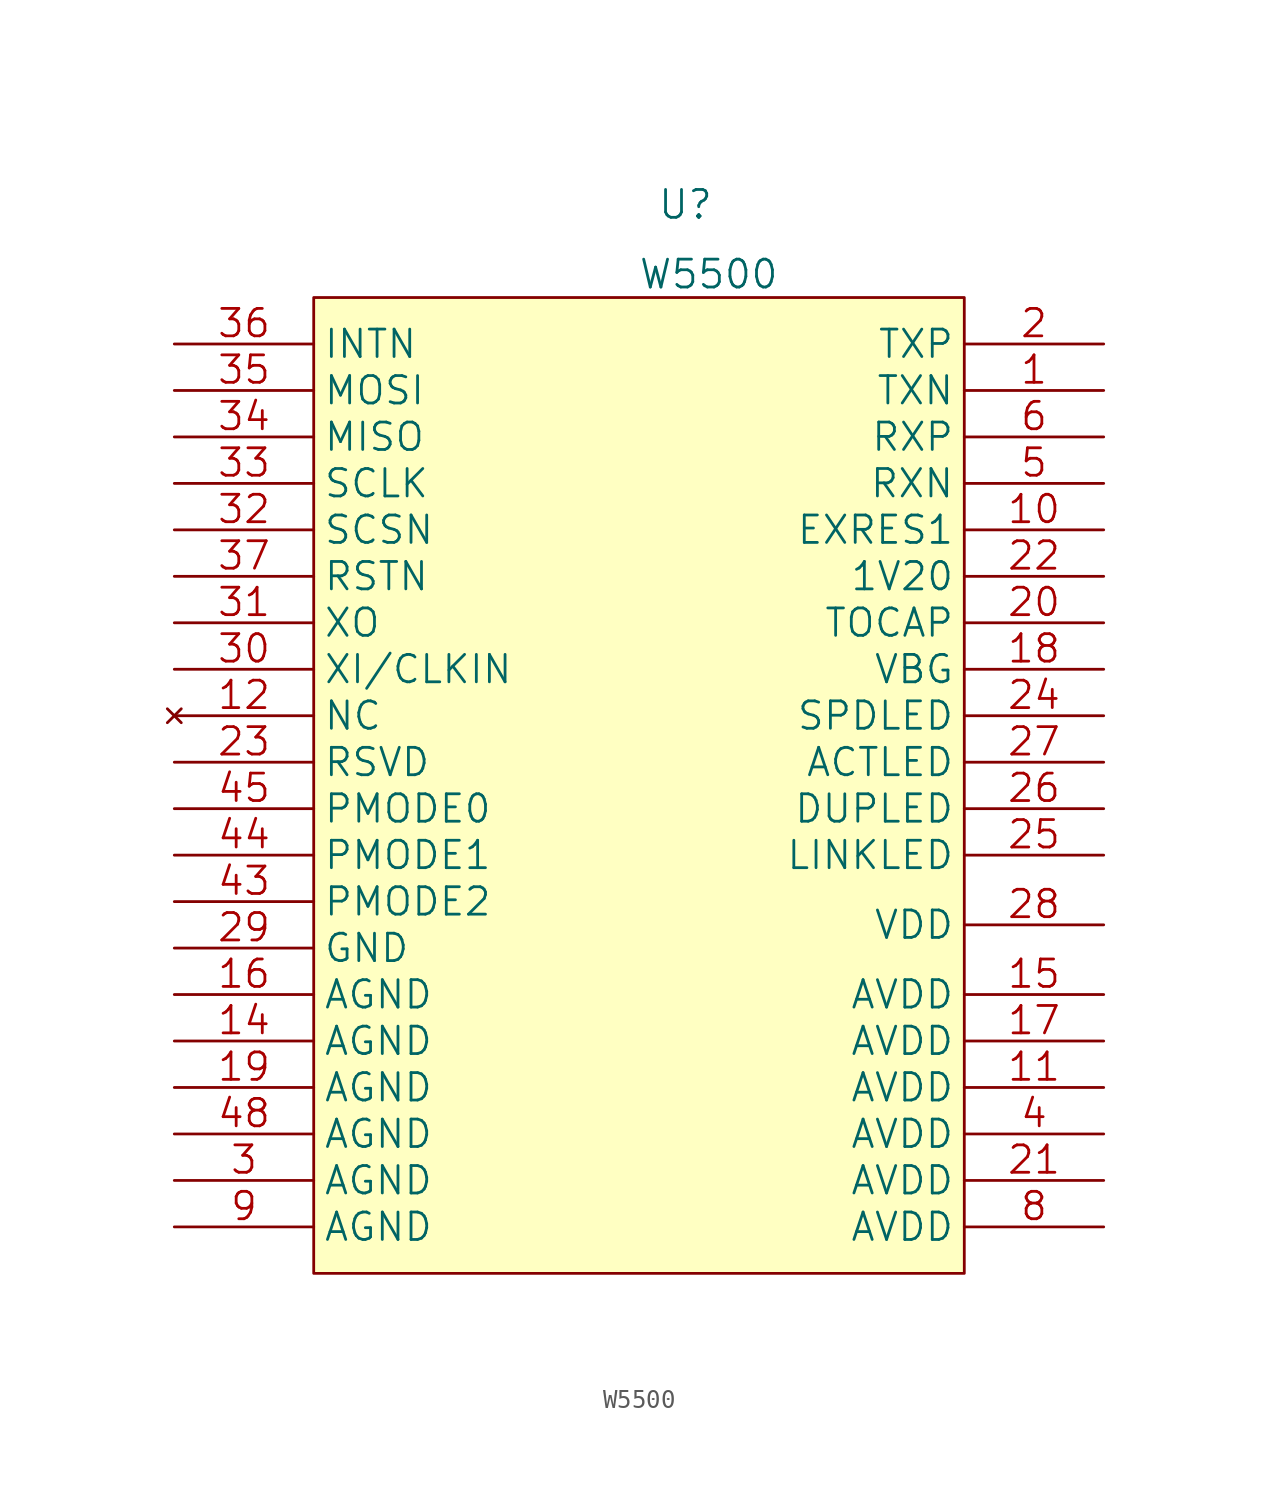
<source format=kicad_sym>
(kicad_symbol_lib
  (version 20211014)
  (generator kicad_symbol_editor)
  (symbol "W5500"
    (property "Reference" "U"
      (at 2.54 31.75 0)
      (effects (font (size 1.524 1.524))))
    (property "Value" "W5500"
      (at 3.81 27.94 0)
      (effects (font (size 1.524 1.524))))
    (symbol "W5500_0_1"
      (rectangle (start -17.78 26.67) (end 17.78 -26.67) (stroke (width 0) (type default) (color 0 0 0 0)) (fill (type background))))
    (symbol "W5500_1_1"
      (pin unspecified line (at 25.4 21.59 180) (length 7.62) (name "TXN" (effects (font (size 1.499 1.499)))) (number "1" (effects (font (size 1.499 1.499)))))
      (pin unspecified line (at 25.4 13.97 180) (length 7.62) (name "EXRES1" (effects (font (size 1.499 1.499)))) (number "10" (effects (font (size 1.499 1.499)))))
      (pin power_in line (at 25.4 -16.51 180) (length 7.62) (name "AVDD" (effects (font (size 1.499 1.499)))) (number "11" (effects (font (size 1.499 1.499)))))
      (pin no_connect line (at -25.4 3.81 0) (length 7.62) (name "NC" (effects (font (size 1.499 1.499)))) (number "12" (effects (font (size 1.499 1.499)))))
      (pin no_connect line (at -25.4 3.81 0) (length 7.62) hide (name "NC" (effects (font (size 1.499 1.499)))) (number "13" (effects (font (size 1.499 1.499)))))
      (pin power_in line (at -25.4 -13.97 0) (length 7.62) (name "AGND" (effects (font (size 1.499 1.499)))) (number "14" (effects (font (size 1.499 1.499)))))
      (pin power_in line (at 25.4 -11.43 180) (length 7.62) (name "AVDD" (effects (font (size 1.499 1.499)))) (number "15" (effects (font (size 1.499 1.499)))))
      (pin power_in line (at -25.4 -11.43 0) (length 7.62) (name "AGND" (effects (font (size 1.499 1.499)))) (number "16" (effects (font (size 1.499 1.499)))))
      (pin power_in line (at 25.4 -13.97 180) (length 7.62) (name "AVDD" (effects (font (size 1.499 1.499)))) (number "17" (effects (font (size 1.499 1.499)))))
      (pin unspecified line (at 25.4 6.35 180) (length 7.62) (name "VBG" (effects (font (size 1.499 1.499)))) (number "18" (effects (font (size 1.499 1.499)))))
      (pin power_in line (at -25.4 -16.51 0) (length 7.62) (name "AGND" (effects (font (size 1.499 1.499)))) (number "19" (effects (font (size 1.499 1.499)))))
      (pin unspecified line (at 25.4 24.13 180) (length 7.62) (name "TXP" (effects (font (size 1.499 1.499)))) (number "2" (effects (font (size 1.499 1.499)))))
      (pin unspecified line (at 25.4 8.89 180) (length 7.62) (name "TOCAP" (effects (font (size 1.499 1.499)))) (number "20" (effects (font (size 1.499 1.499)))))
      (pin power_in line (at 25.4 -21.59 180) (length 7.62) (name "AVDD" (effects (font (size 1.499 1.499)))) (number "21" (effects (font (size 1.499 1.499)))))
      (pin unspecified line (at 25.4 11.43 180) (length 7.62) (name "1V20" (effects (font (size 1.499 1.499)))) (number "22" (effects (font (size 1.499 1.499)))))
      (pin unspecified line (at -25.4 1.27 0) (length 7.62) (name "RSVD" (effects (font (size 1.499 1.499)))) (number "23" (effects (font (size 1.499 1.499)))))
      (pin unspecified line (at 25.4 3.81 180) (length 7.62) (name "SPDLED" (effects (font (size 1.499 1.499)))) (number "24" (effects (font (size 1.499 1.499)))))
      (pin unspecified line (at 25.4 -3.81 180) (length 7.62) (name "LINKLED" (effects (font (size 1.499 1.499)))) (number "25" (effects (font (size 1.499 1.499)))))
      (pin unspecified line (at 25.4 -1.27 180) (length 7.62) (name "DUPLED" (effects (font (size 1.499 1.499)))) (number "26" (effects (font (size 1.499 1.499)))))
      (pin unspecified line (at 25.4 1.27 180) (length 7.62) (name "ACTLED" (effects (font (size 1.499 1.499)))) (number "27" (effects (font (size 1.499 1.499)))))
      (pin power_in line (at 25.4 -7.62 180) (length 7.62) (name "VDD" (effects (font (size 1.499 1.499)))) (number "28" (effects (font (size 1.499 1.499)))))
      (pin power_in line (at -25.4 -8.89 0) (length 7.62) (name "GND" (effects (font (size 1.499 1.499)))) (number "29" (effects (font (size 1.499 1.499)))))
      (pin power_in line (at -25.4 -21.59 0) (length 7.62) (name "AGND" (effects (font (size 1.499 1.499)))) (number "3" (effects (font (size 1.499 1.499)))))
      (pin unspecified line (at -25.4 6.35 0) (length 7.62) (name "XI/CLKIN" (effects (font (size 1.499 1.499)))) (number "30" (effects (font (size 1.499 1.499)))))
      (pin unspecified line (at -25.4 8.89 0) (length 7.62) (name "XO" (effects (font (size 1.499 1.499)))) (number "31" (effects (font (size 1.499 1.499)))))
      (pin unspecified line (at -25.4 13.97 0) (length 7.62) (name "SCSN" (effects (font (size 1.499 1.499)))) (number "32" (effects (font (size 1.499 1.499)))))
      (pin unspecified line (at -25.4 16.51 0) (length 7.62) (name "SCLK" (effects (font (size 1.499 1.499)))) (number "33" (effects (font (size 1.499 1.499)))))
      (pin unspecified line (at -25.4 19.05 0) (length 7.62) (name "MISO" (effects (font (size 1.499 1.499)))) (number "34" (effects (font (size 1.499 1.499)))))
      (pin unspecified line (at -25.4 21.59 0) (length 7.62) (name "MOSI" (effects (font (size 1.499 1.499)))) (number "35" (effects (font (size 1.499 1.499)))))
      (pin unspecified line (at -25.4 24.13 0) (length 7.62) (name "INTN" (effects (font (size 1.499 1.499)))) (number "36" (effects (font (size 1.499 1.499)))))
      (pin unspecified line (at -25.4 11.43 0) (length 7.62) (name "RSTN" (effects (font (size 1.499 1.499)))) (number "37" (effects (font (size 1.499 1.499)))))
      (pin no_connect line (at -25.4 3.81 0) (length 7.62) hide (name "RSVD" (effects (font (size 1.499 1.499)))) (number "38" (effects (font (size 1.499 1.499)))))
      (pin no_connect line (at -25.4 3.81 0) (length 7.62) hide (name "RSVD" (effects (font (size 1.499 1.499)))) (number "39" (effects (font (size 1.499 1.499)))))
      (pin power_in line (at 25.4 -19.05 180) (length 7.62) (name "AVDD" (effects (font (size 1.499 1.499)))) (number "4" (effects (font (size 1.499 1.499)))))
      (pin no_connect line (at -25.4 3.81 0) (length 7.62) hide (name "RSVD" (effects (font (size 1.499 1.499)))) (number "40" (effects (font (size 1.499 1.499)))))
      (pin no_connect line (at -25.4 3.81 0) (length 7.62) hide (name "RSVD" (effects (font (size 1.499 1.499)))) (number "41" (effects (font (size 1.499 1.499)))))
      (pin no_connect line (at -25.4 3.81 0) (length 7.62) hide (name "RSVD" (effects (font (size 1.499 1.499)))) (number "42" (effects (font (size 1.499 1.499)))))
      (pin bidirectional line (at -25.4 -6.35 0) (length 7.62) (name "PMODE2" (effects (font (size 1.499 1.499)))) (number "43" (effects (font (size 1.499 1.499)))))
      (pin bidirectional line (at -25.4 -3.81 0) (length 7.62) (name "PMODE1" (effects (font (size 1.499 1.499)))) (number "44" (effects (font (size 1.499 1.499)))))
      (pin bidirectional line (at -25.4 -1.27 0) (length 7.62) (name "PMODE0" (effects (font (size 1.499 1.499)))) (number "45" (effects (font (size 1.499 1.499)))))
      (pin no_connect line (at -25.4 3.81 0) (length 7.62) hide (name "NC" (effects (font (size 1.499 1.499)))) (number "46" (effects (font (size 1.499 1.499)))))
      (pin no_connect line (at -25.4 3.81 0) (length 7.62) hide (name "NC" (effects (font (size 1.499 1.499)))) (number "47" (effects (font (size 1.499 1.499)))))
      (pin power_in line (at -25.4 -19.05 0) (length 7.62) (name "AGND" (effects (font (size 1.499 1.499)))) (number "48" (effects (font (size 1.499 1.499)))))
      (pin unspecified line (at 25.4 16.51 180) (length 7.62) (name "RXN" (effects (font (size 1.499 1.499)))) (number "5" (effects (font (size 1.499 1.499)))))
      (pin unspecified line (at 25.4 19.05 180) (length 7.62) (name "RXP" (effects (font (size 1.499 1.499)))) (number "6" (effects (font (size 1.499 1.499)))))
      (pin no_connect line (at -25.4 3.81 0) (length 7.62) hide (name "DNC" (effects (font (size 1.499 1.499)))) (number "7" (effects (font (size 1.499 1.499)))))
      (pin power_in line (at 25.4 -24.13 180) (length 7.62) (name "AVDD" (effects (font (size 1.499 1.499)))) (number "8" (effects (font (size 1.499 1.499)))))
      (pin power_in line (at -25.4 -24.13 0) (length 7.62) (name "AGND" (effects (font (size 1.499 1.499)))) (number "9" (effects (font (size 1.499 1.499))))))))
</source>
